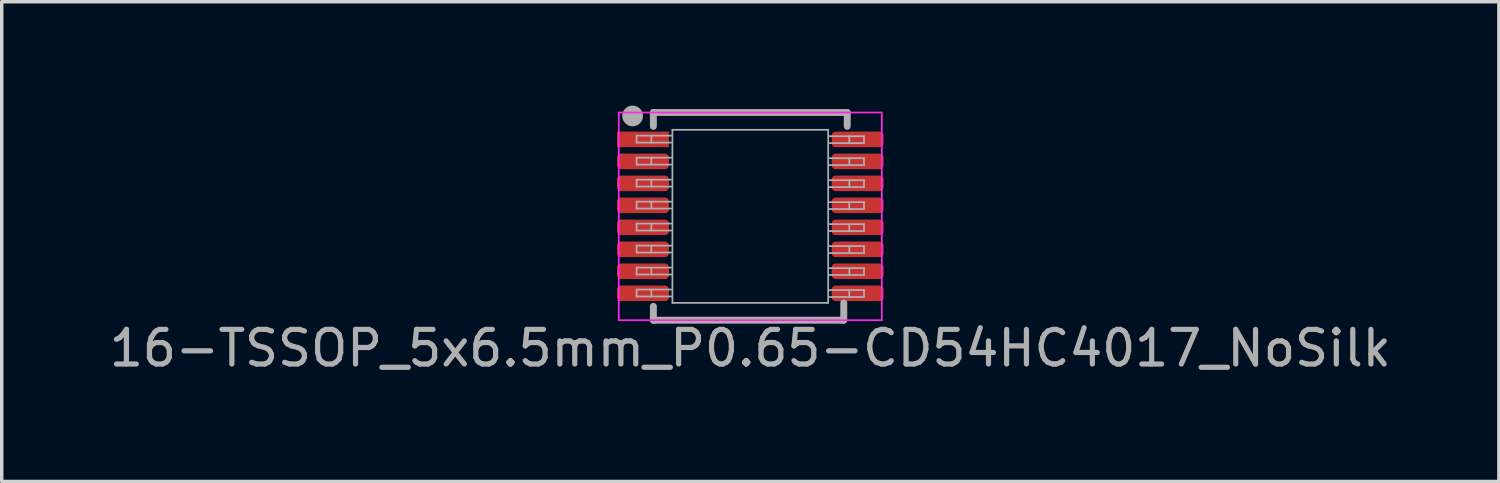
<source format=kicad_pcb>
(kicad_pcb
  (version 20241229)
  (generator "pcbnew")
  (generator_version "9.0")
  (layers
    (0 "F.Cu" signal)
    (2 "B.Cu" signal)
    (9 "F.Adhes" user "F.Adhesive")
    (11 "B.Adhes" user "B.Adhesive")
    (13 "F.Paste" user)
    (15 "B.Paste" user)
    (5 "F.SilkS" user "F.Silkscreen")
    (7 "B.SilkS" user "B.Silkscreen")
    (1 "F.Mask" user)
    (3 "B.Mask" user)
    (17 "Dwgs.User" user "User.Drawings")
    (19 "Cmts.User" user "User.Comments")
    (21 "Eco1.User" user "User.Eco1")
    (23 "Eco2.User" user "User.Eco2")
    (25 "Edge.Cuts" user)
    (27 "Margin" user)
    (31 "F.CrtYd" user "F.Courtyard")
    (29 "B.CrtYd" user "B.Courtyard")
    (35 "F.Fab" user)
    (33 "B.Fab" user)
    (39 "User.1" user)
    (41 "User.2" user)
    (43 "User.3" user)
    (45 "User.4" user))
  (footprint "16-TSSOP_5x6.5mm_P0.65-CD54HC4017_NoSilk"
    (layer "F.Cu")
    (at 18.625 3.2)
    (property "Reference" "16-TSSOP_5x6.5mm_P0.65-CD54HC4017_NoSilk" (at 0 3.81 0) (layer "F.Fab") (effects (font (size 1 1) (thickness 0.15))))
    (attr smd)
    (fp_line (start -3.8 -3) (end 3.8 -3) (stroke (width 0.05) (type solid)) (layer "F.CrtYd"))
    (fp_line (start -3.8 3) (end -3.8 -3) (stroke (width 0.05) (type solid)) (layer "F.CrtYd"))
    (fp_line (start 3.8 -3) (end 3.8 3) (stroke (width 0.05) (type solid)) (layer "F.CrtYd"))
    (fp_line (start 3.8 3) (end -3.8 3) (stroke (width 0.05) (type solid)) (layer "F.CrtYd"))
    (fp_line (start -3.285 -2.33) (end -3.285 -2.13) (stroke (width 0.05) (type solid)) (layer "F.Fab"))
    (fp_line (start -3.285 -2.13) (end -2.285 -2.13) (stroke (width 0.05) (type solid)) (layer "F.Fab"))
    (fp_line (start -3.285 -1.695) (end -3.285 -1.495) (stroke (width 0.05) (type solid)) (layer "F.Fab"))
    (fp_line (start -3.285 -1.495) (end -2.285 -1.495) (stroke (width 0.05) (type solid)) (layer "F.Fab"))
    (fp_line (start -3.285 -1.06) (end -3.285 -0.86) (stroke (width 0.05) (type solid)) (layer "F.Fab"))
    (fp_line (start -3.285 -0.86) (end -2.285 -0.86) (stroke (width 0.05) (type solid)) (layer "F.Fab"))
    (fp_line (start -3.285 -0.425) (end -3.285 -0.225) (stroke (width 0.05) (type solid)) (layer "F.Fab"))
    (fp_line (start -3.285 -0.225) (end -2.285 -0.225) (stroke (width 0.05) (type solid)) (layer "F.Fab"))
    (fp_line (start -3.285 0.21) (end -3.285 0.41) (stroke (width 0.05) (type solid)) (layer "F.Fab"))
    (fp_line (start -3.285 0.41) (end -2.285 0.41) (stroke (width 0.05) (type solid)) (layer "F.Fab"))
    (fp_line (start -3.285 0.845) (end -3.285 1.045) (stroke (width 0.05) (type solid)) (layer "F.Fab"))
    (fp_line (start -3.285 1.045) (end -2.285 1.045) (stroke (width 0.05) (type solid)) (layer "F.Fab"))
    (fp_line (start -3.285 1.48) (end -3.285 1.68) (stroke (width 0.05) (type solid)) (layer "F.Fab"))
    (fp_line (start -3.285 1.68) (end -2.285 1.68) (stroke (width 0.05) (type solid)) (layer "F.Fab"))
    (fp_line (start -3.285 2.115) (end -3.285 2.315) (stroke (width 0.05) (type solid)) (layer "F.Fab"))
    (fp_line (start -3.285 2.315) (end -2.285 2.315) (stroke (width 0.05) (type solid)) (layer "F.Fab"))
    (fp_line (start -2.86 -2.33) (end -2.86 -2.13) (stroke (width 0.05) (type solid)) (layer "F.Fab"))
    (fp_line (start -2.86 -1.695) (end -2.86 -1.495) (stroke (width 0.05) (type solid)) (layer "F.Fab"))
    (fp_line (start -2.86 -1.06) (end -2.86 -0.86) (stroke (width 0.05) (type solid)) (layer "F.Fab"))
    (fp_line (start -2.86 -0.425) (end -2.86 -0.225) (stroke (width 0.05) (type solid)) (layer "F.Fab"))
    (fp_line (start -2.86 0.21) (end -2.86 0.41) (stroke (width 0.05) (type solid)) (layer "F.Fab"))
    (fp_line (start -2.86 0.845) (end -2.86 1.045) (stroke (width 0.05) (type solid)) (layer "F.Fab"))
    (fp_line (start -2.86 1.48) (end -2.86 1.68) (stroke (width 0.05) (type solid)) (layer "F.Fab"))
    (fp_line (start -2.86 2.115) (end -2.86 2.315) (stroke (width 0.05) (type solid)) (layer "F.Fab"))
    (fp_line (start -2.8 -3) (end -2.8 -2.6) (stroke (width 0.2) (type solid)) (layer "F.Fab"))
    (fp_line (start -2.8 -3) (end 2.8 -3) (stroke (width 0.2) (type solid)) (layer "F.Fab"))
    (fp_line (start -2.8 3) (end -2.8 2.6) (stroke (width 0.2) (type solid)) (layer "F.Fab"))
    (fp_line (start -2.285 -2.33) (end -3.285 -2.33) (stroke (width 0.05) (type solid)) (layer "F.Fab"))
    (fp_line (start -2.285 -1.695) (end -3.285 -1.695) (stroke (width 0.05) (type solid)) (layer "F.Fab"))
    (fp_line (start -2.285 -1.06) (end -3.285 -1.06) (stroke (width 0.05) (type solid)) (layer "F.Fab"))
    (fp_line (start -2.285 -0.425) (end -3.285 -0.425) (stroke (width 0.05) (type solid)) (layer "F.Fab"))
    (fp_line (start -2.285 0.21) (end -3.285 0.21) (stroke (width 0.05) (type solid)) (layer "F.Fab"))
    (fp_line (start -2.285 0.845) (end -3.285 0.845) (stroke (width 0.05) (type solid)) (layer "F.Fab"))
    (fp_line (start -2.285 1.48) (end -3.285 1.48) (stroke (width 0.05) (type solid)) (layer "F.Fab"))
    (fp_line (start -2.285 2.115) (end -3.285 2.115) (stroke (width 0.05) (type solid)) (layer "F.Fab"))
    (fp_line (start -2.25 -2.5) (end 2.25 -2.5) (stroke (width 0.05) (type solid)) (layer "F.Fab"))
    (fp_line (start -2.25 2.5) (end -2.25 -2.5) (stroke (width 0.05) (type solid)) (layer "F.Fab"))
    (fp_line (start 2.25 -2.5) (end 2.25 2.5) (stroke (width 0.05) (type solid)) (layer "F.Fab"))
    (fp_line (start 2.25 2.5) (end -2.25 2.5) (stroke (width 0.05) (type solid)) (layer "F.Fab"))
    (fp_line (start 2.285 -2.115) (end 3.285 -2.115) (stroke (width 0.05) (type solid)) (layer "F.Fab"))
    (fp_line (start 2.285 -1.48) (end 3.285 -1.48) (stroke (width 0.05) (type solid)) (layer "F.Fab"))
    (fp_line (start 2.285 -0.845) (end 3.285 -0.845) (stroke (width 0.05) (type solid)) (layer "F.Fab"))
    (fp_line (start 2.285 -0.21) (end 3.285 -0.21) (stroke (width 0.05) (type solid)) (layer "F.Fab"))
    (fp_line (start 2.285 0.425) (end 3.285 0.425) (stroke (width 0.05) (type solid)) (layer "F.Fab"))
    (fp_line (start 2.285 1.06) (end 3.285 1.06) (stroke (width 0.05) (type solid)) (layer "F.Fab"))
    (fp_line (start 2.285 1.695) (end 3.285 1.695) (stroke (width 0.05) (type solid)) (layer "F.Fab"))
    (fp_line (start 2.285 2.33) (end 3.285 2.33) (stroke (width 0.05) (type solid)) (layer "F.Fab"))
    (fp_line (start 2.7 2.5) (end 2.7 3) (stroke (width 0.2) (type solid)) (layer "F.Fab"))
    (fp_line (start 2.7 3) (end -2.8 3) (stroke (width 0.2) (type solid)) (layer "F.Fab"))
    (fp_line (start 2.8 -3) (end 2.8 -2.6) (stroke (width 0.2) (type solid)) (layer "F.Fab"))
    (fp_line (start 2.86 -2.115) (end 2.86 -2.315) (stroke (width 0.05) (type solid)) (layer "F.Fab"))
    (fp_line (start 2.86 -1.48) (end 2.86 -1.68) (stroke (width 0.05) (type solid)) (layer "F.Fab"))
    (fp_line (start 2.86 -0.845) (end 2.86 -1.045) (stroke (width 0.05) (type solid)) (layer "F.Fab"))
    (fp_line (start 2.86 -0.21) (end 2.86 -0.41) (stroke (width 0.05) (type solid)) (layer "F.Fab"))
    (fp_line (start 2.86 0.425) (end 2.86 0.225) (stroke (width 0.05) (type solid)) (layer "F.Fab"))
    (fp_line (start 2.86 1.06) (end 2.86 0.86) (stroke (width 0.05) (type solid)) (layer "F.Fab"))
    (fp_line (start 2.86 1.695) (end 2.86 1.495) (stroke (width 0.05) (type solid)) (layer "F.Fab"))
    (fp_line (start 2.86 2.33) (end 2.86 2.13) (stroke (width 0.05) (type solid)) (layer "F.Fab"))
    (fp_line (start 3.285 -2.315) (end 2.285 -2.315) (stroke (width 0.05) (type solid)) (layer "F.Fab"))
    (fp_line (start 3.285 -2.115) (end 3.285 -2.315) (stroke (width 0.05) (type solid)) (layer "F.Fab"))
    (fp_line (start 3.285 -1.68) (end 2.285 -1.68) (stroke (width 0.05) (type solid)) (layer "F.Fab"))
    (fp_line (start 3.285 -1.48) (end 3.285 -1.68) (stroke (width 0.05) (type solid)) (layer "F.Fab"))
    (fp_line (start 3.285 -1.045) (end 2.285 -1.045) (stroke (width 0.05) (type solid)) (layer "F.Fab"))
    (fp_line (start 3.285 -0.845) (end 3.285 -1.045) (stroke (width 0.05) (type solid)) (layer "F.Fab"))
    (fp_line (start 3.285 -0.41) (end 2.285 -0.41) (stroke (width 0.05) (type solid)) (layer "F.Fab"))
    (fp_line (start 3.285 -0.21) (end 3.285 -0.41) (stroke (width 0.05) (type solid)) (layer "F.Fab"))
    (fp_line (start 3.285 0.225) (end 2.285 0.225) (stroke (width 0.05) (type solid)) (layer "F.Fab"))
    (fp_line (start 3.285 0.425) (end 3.285 0.225) (stroke (width 0.05) (type solid)) (layer "F.Fab"))
    (fp_line (start 3.285 0.86) (end 2.285 0.86) (stroke (width 0.05) (type solid)) (layer "F.Fab"))
    (fp_line (start 3.285 1.06) (end 3.285 0.86) (stroke (width 0.05) (type solid)) (layer "F.Fab"))
    (fp_line (start 3.285 1.495) (end 2.285 1.495) (stroke (width 0.05) (type solid)) (layer "F.Fab"))
    (fp_line (start 3.285 1.695) (end 3.285 1.495) (stroke (width 0.05) (type solid)) (layer "F.Fab"))
    (fp_line (start 3.285 2.13) (end 2.285 2.13) (stroke (width 0.05) (type solid)) (layer "F.Fab"))
    (fp_line (start 3.285 2.33) (end 3.285 2.13) (stroke (width 0.05) (type solid)) (layer "F.Fab"))
    (fp_circle (center -3.4 -2.9) (end -3.25 -2.9) (stroke (width 0.3) (type solid)) (fill no) (layer "F.Fab"))
    (fp_text user "O5" (at -2.2 -2.223 0) (layer "Eco1.User") (effects (font (size 0.25 0.25) (thickness 0.062)) (justify left)))
    (fp_text user "O2" (at -2.2 -0.318 0) (layer "Eco1.User") (effects (font (size 0.25 0.25) (thickness 0.062)) (justify left)))
    (fp_text user "O9" (at 2.2 0.953 0) (layer "Eco1.User") (effects (font (size 0.25 0.25) (thickness 0.062)) (justify right)))
    (fp_text user "TC" (at 2.2 0.318 0) (layer "Eco1.User") (effects (font (size 0.25 0.25) (thickness 0.062)) (justify right)))
    (fp_text user "CP" (at 2.2 -0.953 0) (layer "Eco1.User") (effects (font (size 0.25 0.25) (thickness 0.062)) (justify right)))
    (fp_text user "O1" (at -2.2 -1.587 0) (layer "Eco1.User") (effects (font (size 0.25 0.25) (thickness 0.062)) (justify left)))
    (fp_text user "O7" (at -2.2 0.953 0) (layer "Eco1.User") (effects (font (size 0.25 0.25) (thickness 0.062)) (justify left)))
    (fp_text user "O6" (at -2.2 0.318 0) (layer "Eco1.User") (effects (font (size 0.25 0.25) (thickness 0.062)) (justify left)))
    (fp_text user "O4" (at 2.2 1.587 0) (layer "Eco1.User") (effects (font (size 0.25 0.25) (thickness 0.062)) (justify right)))
    (fp_text user "VCC" (at 2.2 -2.223 0) (layer "Eco1.User") (effects (font (size 0.25 0.25) (thickness 0.062)) (justify right)))
    (fp_text user "~{CE}" (at 2.2 -0.318 0) (layer "Eco1.User") (effects (font (size 0.25 0.25) (thickness 0.062)) (justify right)))
    (fp_text user "MR" (at 2.2 -1.587 0) (layer "Eco1.User") (effects (font (size 0.25 0.25) (thickness 0.062)) (justify right)))
    (fp_text user "O0" (at -2.2 -0.953 0) (layer "Eco1.User") (effects (font (size 0.25 0.25) (thickness 0.062)) (justify left)))
    (fp_text user "O3" (at -2.2 1.587 0) (layer "Eco1.User") (effects (font (size 0.25 0.25) (thickness 0.062)) (justify left)))
    (fp_text user "GND" (at -2.2 2.223 0) (layer "Eco1.User") (effects (font (size 0.25 0.25) (thickness 0.062)) (justify left)))
    (fp_text user "O8" (at 2.2 2.223 0) (layer "Eco1.User") (effects (font (size 0.25 0.25) (thickness 0.062)) (justify right)))
    (pad "1" smd rect (at -3.1 -2.223) (size 1.5 0.45) (layers "F.Cu" "F.Mask" "F.Paste"))
    (pad "2" smd roundrect (at -3.1 -1.587) (size 1.5 0.45) (layers "F.Cu" "F.Mask" "F.Paste") (roundrect_rratio 0.25))
    (pad "3" smd roundrect (at -3.1 -0.953) (size 1.5 0.45) (layers "F.Cu" "F.Mask" "F.Paste") (roundrect_rratio 0.25))
    (pad "4" smd roundrect (at -3.1 -0.318) (size 1.5 0.45) (layers "F.Cu" "F.Mask" "F.Paste") (roundrect_rratio 0.25))
    (pad "5" smd roundrect (at -3.1 0.318) (size 1.5 0.45) (layers "F.Cu" "F.Mask" "F.Paste") (roundrect_rratio 0.25))
    (pad "6" smd roundrect (at -3.1 0.953) (size 1.5 0.45) (layers "F.Cu" "F.Mask" "F.Paste") (roundrect_rratio 0.25))
    (pad "7" smd roundrect (at -3.1 1.587) (size 1.5 0.45) (layers "F.Cu" "F.Mask" "F.Paste") (roundrect_rratio 0.25))
    (pad "8" smd roundrect (at -3.1 2.223) (size 1.5 0.45) (layers "F.Cu" "F.Mask" "F.Paste") (roundrect_rratio 0.25))
    (pad "9" smd roundrect (at 3.1 2.223) (size 1.5 0.45) (layers "F.Cu" "F.Mask" "F.Paste") (roundrect_rratio 0.25))
    (pad "10" smd roundrect (at 3.1 1.587) (size 1.5 0.45) (layers "F.Cu" "F.Mask" "F.Paste") (roundrect_rratio 0.25))
    (pad "11" smd roundrect (at 3.1 0.953) (size 1.5 0.45) (layers "F.Cu" "F.Mask" "F.Paste") (roundrect_rratio 0.25))
    (pad "12" smd roundrect (at 3.1 0.318) (size 1.5 0.45) (layers "F.Cu" "F.Mask" "F.Paste") (roundrect_rratio 0.25))
    (pad "13" smd roundrect (at 3.1 -0.318) (size 1.5 0.45) (layers "F.Cu" "F.Mask" "F.Paste") (roundrect_rratio 0.25))
    (pad "14" smd roundrect (at 3.1 -0.953) (size 1.5 0.45) (layers "F.Cu" "F.Mask" "F.Paste") (roundrect_rratio 0.25))
    (pad "15" smd roundrect (at 3.1 -1.587) (size 1.5 0.45) (layers "F.Cu" "F.Mask" "F.Paste") (roundrect_rratio 0.25))
    (pad "16" smd roundrect (at 3.1 -2.223) (size 1.5 0.45) (layers "F.Cu" "F.Mask" "F.Paste") (roundrect_rratio 0.25)))
  (gr_rect
    (start -3 -3)
    (end 40.25 10.858)
    (stroke (width 0.1) (type default))
    (fill no)
    (layer "Edge.Cuts")))
</source>
